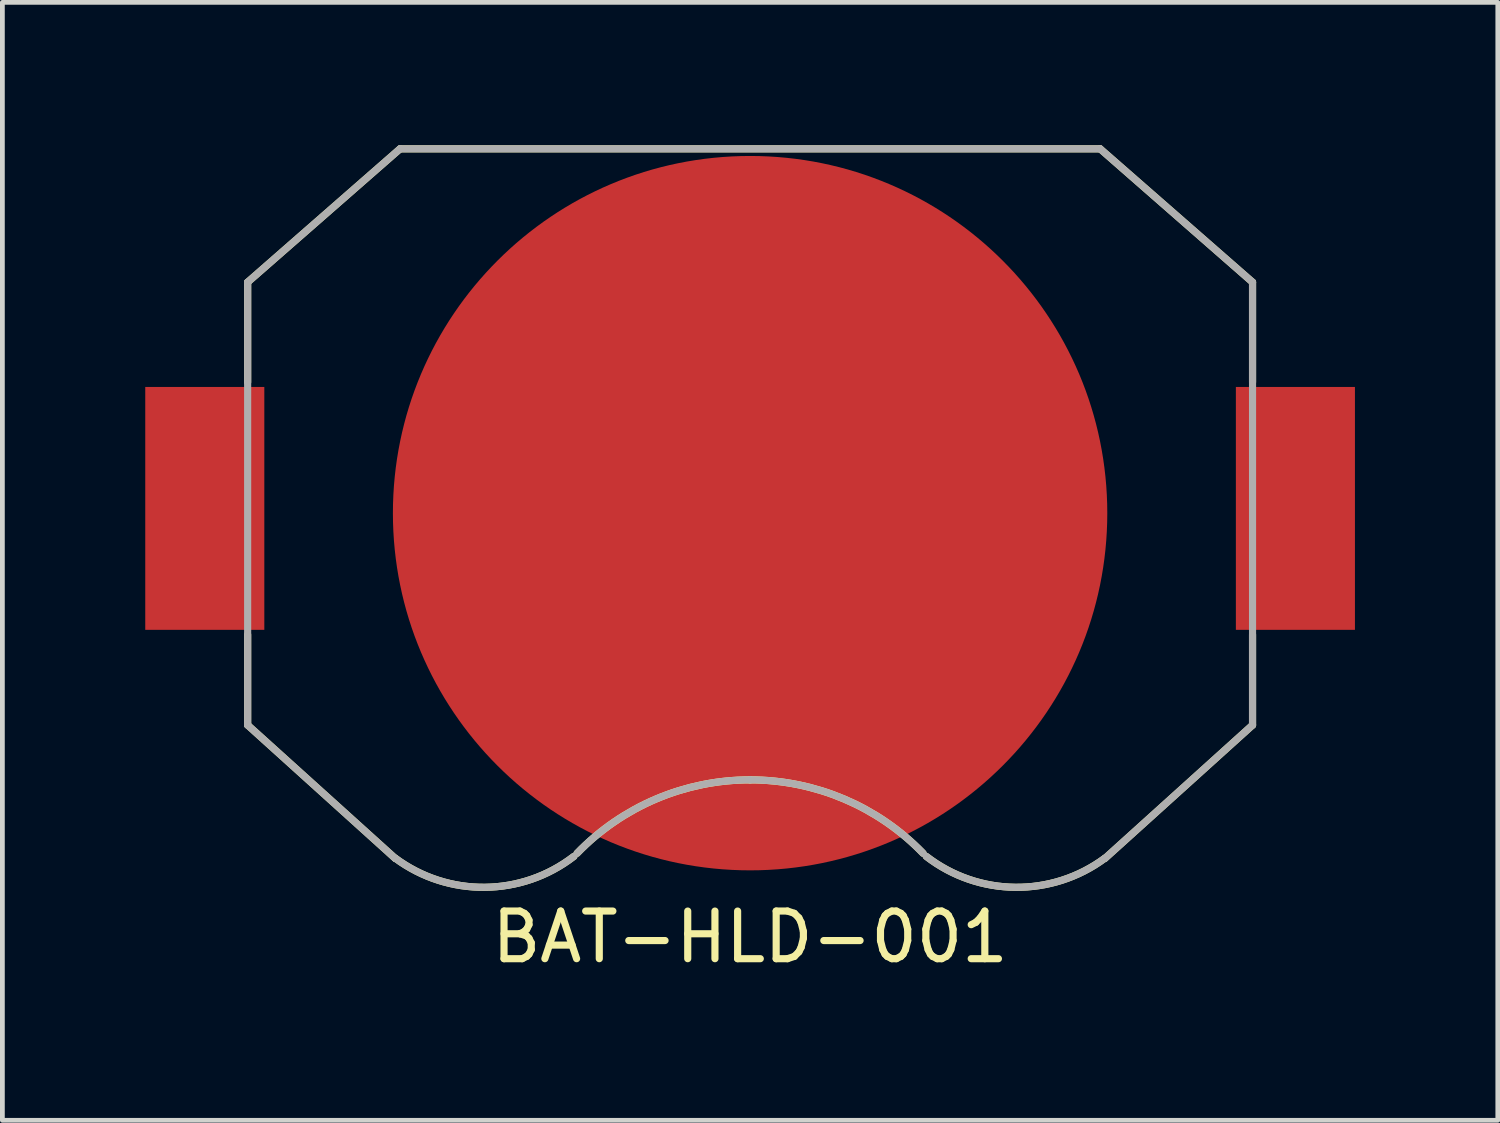
<source format=kicad_pcb>
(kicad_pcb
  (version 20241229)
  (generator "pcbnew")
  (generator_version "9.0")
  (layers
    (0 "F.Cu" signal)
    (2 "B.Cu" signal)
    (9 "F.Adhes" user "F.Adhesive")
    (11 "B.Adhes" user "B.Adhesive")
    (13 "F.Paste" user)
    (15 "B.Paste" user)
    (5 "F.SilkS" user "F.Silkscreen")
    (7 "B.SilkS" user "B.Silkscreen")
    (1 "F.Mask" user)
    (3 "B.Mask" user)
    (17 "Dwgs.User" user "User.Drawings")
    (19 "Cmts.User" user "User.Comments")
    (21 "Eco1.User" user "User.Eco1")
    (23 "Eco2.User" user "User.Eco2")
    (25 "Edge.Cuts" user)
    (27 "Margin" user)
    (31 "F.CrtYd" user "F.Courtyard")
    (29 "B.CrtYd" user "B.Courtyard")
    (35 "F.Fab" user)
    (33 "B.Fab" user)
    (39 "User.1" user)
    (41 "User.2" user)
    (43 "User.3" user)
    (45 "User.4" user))
  (footprint "BAT-HLD-001"
    (layer "F.Cu")
    (at 12.7 7.625)
    (property "Reference" "BAT-HLD-001" (at 0 9 0) (layer "F.SilkS") (effects (font (size 1 1) (thickness 0.15))))
    (attr through_hole)
    (fp_line (start -10.55 -4.75) (end -10.55 -2.65) (stroke (width 0.15) (type solid)) (layer "F.SilkS"))
    (fp_line (start -10.55 -4.75) (end -7.35 -7.55) (stroke (width 0.15) (type solid)) (layer "F.SilkS"))
    (fp_line (start -10.55 2.65) (end -10.55 4.55) (stroke (width 0.15) (type solid)) (layer "F.SilkS"))
    (fp_line (start -10.55 4.55) (end -7.45 7.35) (stroke (width 0.15) (type solid)) (layer "F.SilkS"))
    (fp_line (start -7.35 -7.55) (end 7.35 -7.55) (stroke (width 0.15) (type solid)) (layer "F.SilkS"))
    (fp_line (start 10.55 -4.75) (end 7.35 -7.55) (stroke (width 0.15) (type solid)) (layer "F.SilkS"))
    (fp_line (start 10.55 -4.75) (end 10.55 -2.65) (stroke (width 0.15) (type solid)) (layer "F.SilkS"))
    (fp_line (start 10.55 2.65) (end 10.55 4.55) (stroke (width 0.15) (type solid)) (layer "F.SilkS"))
    (fp_line (start 10.55 4.55) (end 7.45 7.35) (stroke (width 0.15) (type solid)) (layer "F.SilkS"))
    (fp_arc (start -3.698695 7.306128) (mid -5.567816 7.95588) (end -7.45 7.345) (stroke (width 0.15) (type solid)) (layer "F.SilkS"))
    (fp_arc (start -3.632666 7.241975) (mid -1.973192 6.10145) (end 0 5.7) (stroke (width 0.15) (type solid)) (layer "F.SilkS"))
    (fp_arc (start 0 5.7) (mid 1.973192 6.10145) (end 3.632666 7.241975) (stroke (width 0.15) (type solid)) (layer "F.SilkS"))
    (fp_arc (start 7.45 7.345) (mid 5.567816 7.95588) (end 3.698695 7.306128) (stroke (width 0.15) (type solid)) (layer "F.SilkS"))
    (fp_line (start -10.55 -4.75) (end -10.55 4.55) (stroke (width 0.15) (type solid)) (layer "F.Fab"))
    (fp_line (start -10.55 -4.75) (end -7.35 -7.55) (stroke (width 0.15) (type solid)) (layer "F.Fab"))
    (fp_line (start -10.55 4.55) (end -7.45 7.35) (stroke (width 0.15) (type solid)) (layer "F.Fab"))
    (fp_line (start -7.35 -7.55) (end 7.35 -7.55) (stroke (width 0.15) (type solid)) (layer "F.Fab"))
    (fp_line (start 10.55 -4.75) (end 7.35 -7.55) (stroke (width 0.15) (type solid)) (layer "F.Fab"))
    (fp_line (start 10.55 -4.75) (end 10.55 4.55) (stroke (width 0.15) (type solid)) (layer "F.Fab"))
    (fp_line (start 10.55 4.55) (end 7.45 7.35) (stroke (width 0.15) (type solid)) (layer "F.Fab"))
    (fp_arc (start -3.698695 7.306128) (mid -5.567816 7.95588) (end -7.45 7.345) (stroke (width 0.15) (type solid)) (layer "F.Fab"))
    (fp_arc (start -3.632666 7.241975) (mid -1.973192 6.10145) (end 0 5.7) (stroke (width 0.15) (type solid)) (layer "F.Fab"))
    (fp_arc (start 0 5.7) (mid 1.973192 6.10145) (end 3.632666 7.241975) (stroke (width 0.15) (type solid)) (layer "F.Fab"))
    (fp_arc (start 7.45 7.345) (mid 5.567816 7.95588) (end 3.698695 7.306128) (stroke (width 0.15) (type solid)) (layer "F.Fab"))
    (pad "1" smd rect (at -11.45 0) (size 2.5 5.1) (layers "F.Cu" "F.Mask" "F.Paste"))
    (pad "1" smd rect (at 11.45 0) (size 2.5 5.1) (layers "F.Cu" "F.Mask" "F.Paste"))
    (pad "2" smd circle (at 0 0.1) (size 15 15) (layers "F.Cu" "F.Mask" "F.Paste")))
  (gr_rect
    (start -3 -3)
    (end 28.4 20.473)
    (stroke (width 0.1) (type default))
    (fill no)
    (layer "Edge.Cuts")))
</source>
